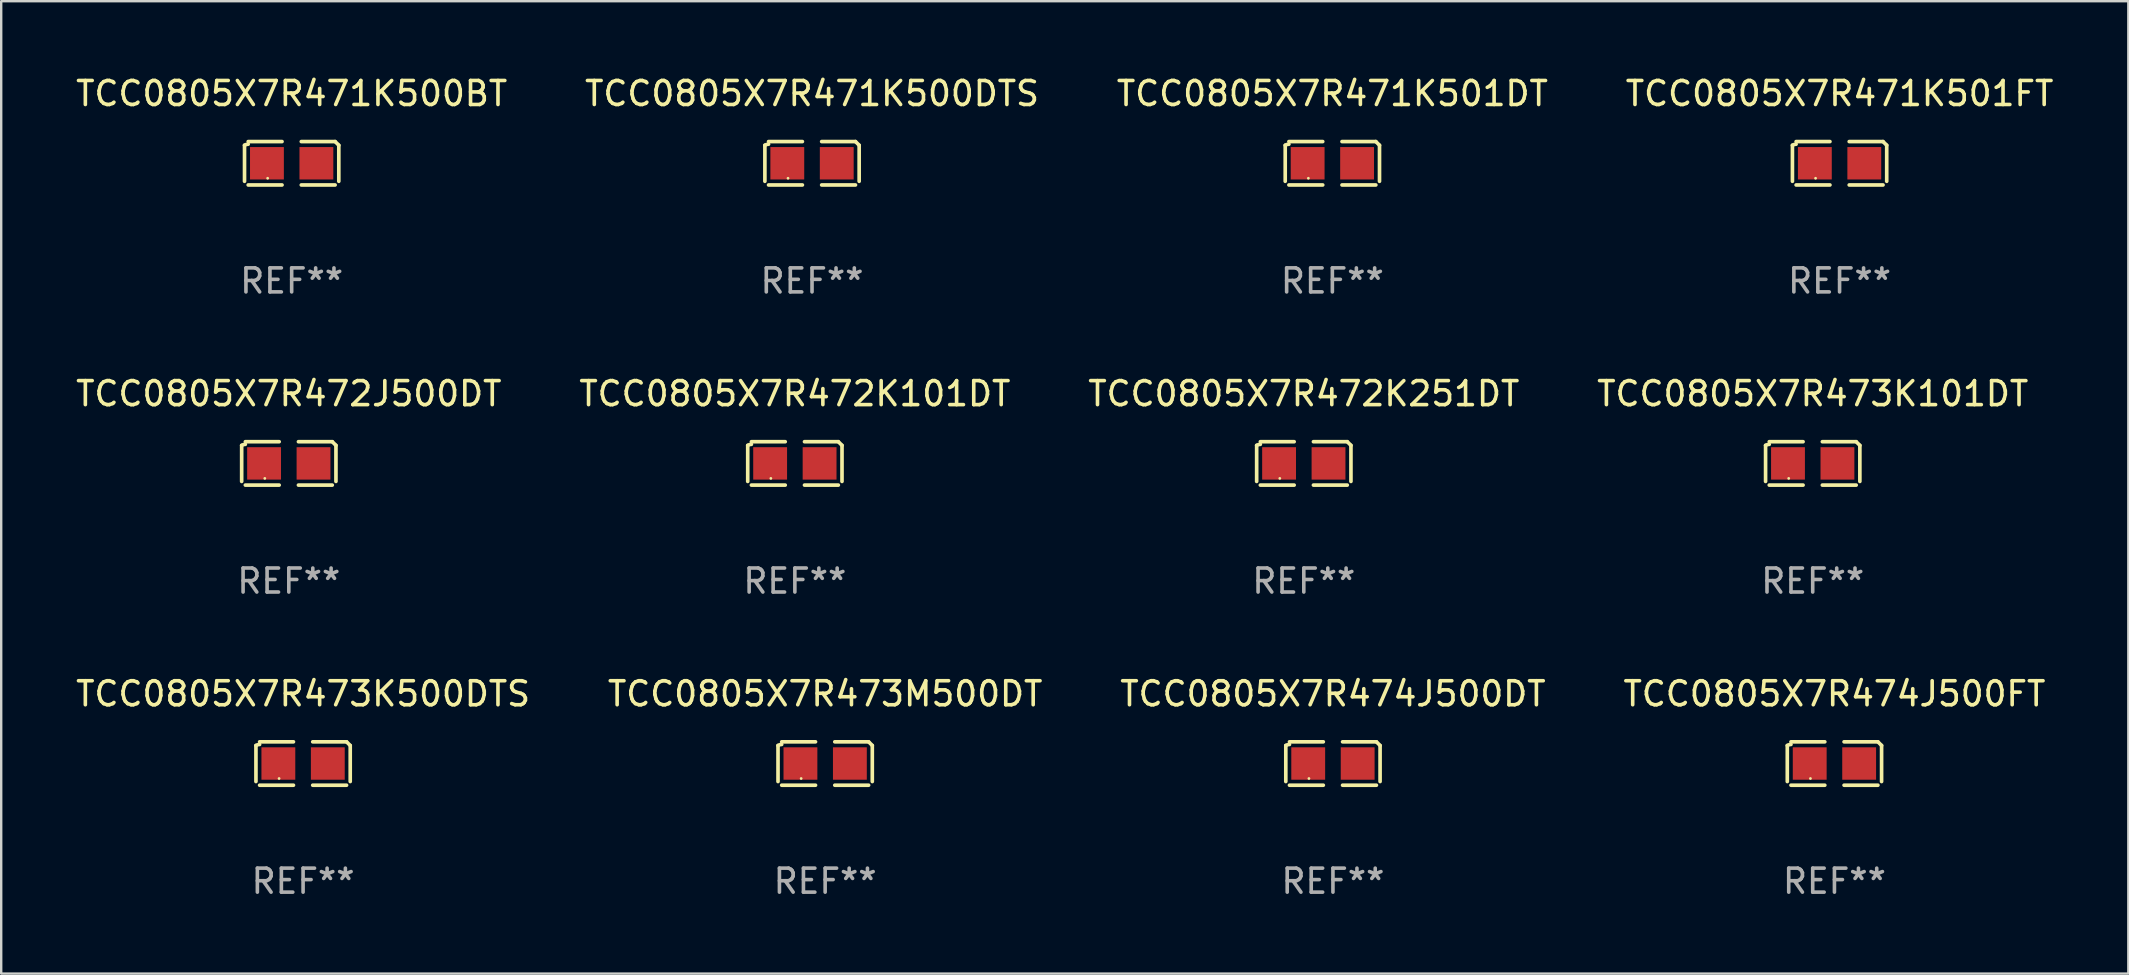
<source format=kicad_pcb>
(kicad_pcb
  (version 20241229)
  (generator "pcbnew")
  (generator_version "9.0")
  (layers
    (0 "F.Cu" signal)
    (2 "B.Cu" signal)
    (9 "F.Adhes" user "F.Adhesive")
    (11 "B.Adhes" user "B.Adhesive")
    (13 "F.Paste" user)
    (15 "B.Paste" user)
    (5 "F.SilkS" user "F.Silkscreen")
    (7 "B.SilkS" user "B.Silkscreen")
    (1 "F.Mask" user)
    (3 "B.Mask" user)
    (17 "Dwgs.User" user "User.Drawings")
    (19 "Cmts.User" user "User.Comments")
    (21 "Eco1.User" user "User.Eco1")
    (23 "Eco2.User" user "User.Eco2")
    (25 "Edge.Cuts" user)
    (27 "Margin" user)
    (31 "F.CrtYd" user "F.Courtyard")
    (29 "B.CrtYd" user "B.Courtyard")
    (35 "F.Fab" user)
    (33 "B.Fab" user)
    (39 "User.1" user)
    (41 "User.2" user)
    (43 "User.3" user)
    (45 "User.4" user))
  (footprint "TCC0805X7R473M500DT"
    (layer "F.Cu")
    (at 31.327 28.759)
    (property "Reference" "TCC0805X7R473M500DT" (at 0 -2.904 0) (layer "F.SilkS") (effects (font (size 1 1) (thickness 0.15))))
    (attr through_hole)
    (fp_line (start -1.964 0.751) (end -1.964 -0.751) (stroke (width 0.152) (type solid)) (layer "F.SilkS"))
    (fp_line (start -1.811 -0.904) (end -0.401 -0.904) (stroke (width 0.152) (type solid)) (layer "F.SilkS"))
    (fp_line (start -0.401 0.904) (end -1.811 0.904) (stroke (width 0.152) (type solid)) (layer "F.SilkS"))
    (fp_line (start 0.401 0.904) (end 1.811 0.904) (stroke (width 0.152) (type solid)) (layer "F.SilkS"))
    (fp_line (start 1.811 -0.904) (end 0.401 -0.904) (stroke (width 0.152) (type solid)) (layer "F.SilkS"))
    (fp_line (start 1.964 0.751) (end 1.964 -0.751) (stroke (width 0.152) (type solid)) (layer "F.SilkS"))
    (fp_arc (start -1.963602 -0.751207) (mid -1.890354 -0.783131) (end -1.811201 -0.794044) (stroke (width 0.1524) (type solid)) (layer "F.SilkS"))
    (fp_arc (start 1.811202 -0.903607) (mid 1.887413 -0.827418) (end 1.963602 -0.751207) (stroke (width 0.1524) (type solid)) (layer "F.SilkS"))
    (fp_circle (center -1 0.625) (end -0.97 0.625) (stroke (width 0.06) (type solid)) (fill no) (layer "F.SilkS"))
    (fp_text user "REF**" (at 0 4.904 0) (layer "F.Fab") (effects (font (size 1 1) (thickness 0.15))))
    (pad "1" smd rect (at -1.03 0) (size 1.41 1.35) (layers "F.Cu" "F.Mask" "F.Paste"))
    (pad "2" smd rect (at 1.03 0) (size 1.41 1.35) (layers "F.Cu" "F.Mask" "F.Paste")))
  (footprint "TCC0805X7R472J500DT"
    (layer "F.Cu")
    (at 8.982 16.256)
    (property "Reference" "TCC0805X7R472J500DT" (at 0 -2.904 0) (layer "F.SilkS") (effects (font (size 1 1) (thickness 0.15))))
    (attr through_hole)
    (fp_line (start -1.964 0.751) (end -1.964 -0.751) (stroke (width 0.152) (type solid)) (layer "F.SilkS"))
    (fp_line (start -1.811 -0.904) (end -0.401 -0.904) (stroke (width 0.152) (type solid)) (layer "F.SilkS"))
    (fp_line (start -0.401 0.904) (end -1.811 0.904) (stroke (width 0.152) (type solid)) (layer "F.SilkS"))
    (fp_line (start 0.401 0.904) (end 1.811 0.904) (stroke (width 0.152) (type solid)) (layer "F.SilkS"))
    (fp_line (start 1.811 -0.904) (end 0.401 -0.904) (stroke (width 0.152) (type solid)) (layer "F.SilkS"))
    (fp_line (start 1.964 0.751) (end 1.964 -0.751) (stroke (width 0.152) (type solid)) (layer "F.SilkS"))
    (fp_arc (start -1.963602 -0.751207) (mid -1.890354 -0.783131) (end -1.811201 -0.794044) (stroke (width 0.1524) (type solid)) (layer "F.SilkS"))
    (fp_arc (start 1.811202 -0.903607) (mid 1.887413 -0.827418) (end 1.963602 -0.751207) (stroke (width 0.1524) (type solid)) (layer "F.SilkS"))
    (fp_circle (center -1 0.625) (end -0.97 0.625) (stroke (width 0.06) (type solid)) (fill no) (layer "F.SilkS"))
    (fp_text user "REF**" (at 0 4.904 0) (layer "F.Fab") (effects (font (size 1 1) (thickness 0.15))))
    (pad "1" smd rect (at -1.03 0) (size 1.41 1.35) (layers "F.Cu" "F.Mask" "F.Paste"))
    (pad "2" smd rect (at 1.03 0) (size 1.41 1.35) (layers "F.Cu" "F.Mask" "F.Paste")))
  (footprint "TCC0805X7R471K501DT"
    (layer "F.Cu")
    (at 52.458 3.752)
    (property "Reference" "TCC0805X7R471K501DT" (at 0 -2.904 0) (layer "F.SilkS") (effects (font (size 1 1) (thickness 0.15))))
    (attr through_hole)
    (fp_line (start -1.964 0.751) (end -1.964 -0.751) (stroke (width 0.152) (type solid)) (layer "F.SilkS"))
    (fp_line (start -1.811 -0.904) (end -0.401 -0.904) (stroke (width 0.152) (type solid)) (layer "F.SilkS"))
    (fp_line (start -0.401 0.904) (end -1.811 0.904) (stroke (width 0.152) (type solid)) (layer "F.SilkS"))
    (fp_line (start 0.401 0.904) (end 1.811 0.904) (stroke (width 0.152) (type solid)) (layer "F.SilkS"))
    (fp_line (start 1.811 -0.904) (end 0.401 -0.904) (stroke (width 0.152) (type solid)) (layer "F.SilkS"))
    (fp_line (start 1.964 0.751) (end 1.964 -0.751) (stroke (width 0.152) (type solid)) (layer "F.SilkS"))
    (fp_arc (start -1.963602 -0.751207) (mid -1.890354 -0.783131) (end -1.811201 -0.794044) (stroke (width 0.1524) (type solid)) (layer "F.SilkS"))
    (fp_arc (start 1.811202 -0.903607) (mid 1.887413 -0.827418) (end 1.963602 -0.751207) (stroke (width 0.1524) (type solid)) (layer "F.SilkS"))
    (fp_circle (center -1 0.625) (end -0.97 0.625) (stroke (width 0.06) (type solid)) (fill no) (layer "F.SilkS"))
    (fp_text user "REF**" (at 0 4.904 0) (layer "F.Fab") (effects (font (size 1 1) (thickness 0.15))))
    (pad "1" smd rect (at -1.03 0) (size 1.41 1.35) (layers "F.Cu" "F.Mask" "F.Paste"))
    (pad "2" smd rect (at 1.03 0) (size 1.41 1.35) (layers "F.Cu" "F.Mask" "F.Paste")))
  (footprint "TCC0805X7R471K501FT"
    (layer "F.Cu")
    (at 73.589 3.752)
    (property "Reference" "TCC0805X7R471K501FT" (at 0 -2.904 0) (layer "F.SilkS") (effects (font (size 1 1) (thickness 0.15))))
    (attr through_hole)
    (fp_line (start -1.964 0.751) (end -1.964 -0.751) (stroke (width 0.152) (type solid)) (layer "F.SilkS"))
    (fp_line (start -1.811 -0.904) (end -0.401 -0.904) (stroke (width 0.152) (type solid)) (layer "F.SilkS"))
    (fp_line (start -0.401 0.904) (end -1.811 0.904) (stroke (width 0.152) (type solid)) (layer "F.SilkS"))
    (fp_line (start 0.401 0.904) (end 1.811 0.904) (stroke (width 0.152) (type solid)) (layer "F.SilkS"))
    (fp_line (start 1.811 -0.904) (end 0.401 -0.904) (stroke (width 0.152) (type solid)) (layer "F.SilkS"))
    (fp_line (start 1.964 0.751) (end 1.964 -0.751) (stroke (width 0.152) (type solid)) (layer "F.SilkS"))
    (fp_arc (start -1.963602 -0.751207) (mid -1.890354 -0.783131) (end -1.811201 -0.794044) (stroke (width 0.1524) (type solid)) (layer "F.SilkS"))
    (fp_arc (start 1.811202 -0.903607) (mid 1.887413 -0.827418) (end 1.963602 -0.751207) (stroke (width 0.1524) (type solid)) (layer "F.SilkS"))
    (fp_circle (center -1 0.625) (end -0.97 0.625) (stroke (width 0.06) (type solid)) (fill no) (layer "F.SilkS"))
    (fp_text user "REF**" (at 0 4.904 0) (layer "F.Fab") (effects (font (size 1 1) (thickness 0.15))))
    (pad "1" smd rect (at -1.03 0) (size 1.41 1.35) (layers "F.Cu" "F.Mask" "F.Paste"))
    (pad "2" smd rect (at 1.03 0) (size 1.41 1.35) (layers "F.Cu" "F.Mask" "F.Paste")))
  (footprint "TCC0805X7R473K500DTS"
    (layer "F.Cu")
    (at 9.577 28.759)
    (property "Reference" "TCC0805X7R473K500DTS" (at 0 -2.904 0) (layer "F.SilkS") (effects (font (size 1 1) (thickness 0.15))))
    (attr through_hole)
    (fp_line (start -1.964 0.751) (end -1.964 -0.751) (stroke (width 0.152) (type solid)) (layer "F.SilkS"))
    (fp_line (start -1.811 -0.904) (end -0.401 -0.904) (stroke (width 0.152) (type solid)) (layer "F.SilkS"))
    (fp_line (start -0.401 0.904) (end -1.811 0.904) (stroke (width 0.152) (type solid)) (layer "F.SilkS"))
    (fp_line (start 0.401 0.904) (end 1.811 0.904) (stroke (width 0.152) (type solid)) (layer "F.SilkS"))
    (fp_line (start 1.811 -0.904) (end 0.401 -0.904) (stroke (width 0.152) (type solid)) (layer "F.SilkS"))
    (fp_line (start 1.964 0.751) (end 1.964 -0.751) (stroke (width 0.152) (type solid)) (layer "F.SilkS"))
    (fp_arc (start -1.963602 -0.751207) (mid -1.890354 -0.783131) (end -1.811201 -0.794044) (stroke (width 0.1524) (type solid)) (layer "F.SilkS"))
    (fp_arc (start 1.811202 -0.903607) (mid 1.887413 -0.827418) (end 1.963602 -0.751207) (stroke (width 0.1524) (type solid)) (layer "F.SilkS"))
    (fp_circle (center -1 0.625) (end -0.97 0.625) (stroke (width 0.06) (type solid)) (fill no) (layer "F.SilkS"))
    (fp_text user "REF**" (at 0 4.904 0) (layer "F.Fab") (effects (font (size 1 1) (thickness 0.15))))
    (pad "1" smd rect (at -1.03 0) (size 1.41 1.35) (layers "F.Cu" "F.Mask" "F.Paste"))
    (pad "2" smd rect (at 1.03 0) (size 1.41 1.35) (layers "F.Cu" "F.Mask" "F.Paste")))
  (footprint "TCC0805X7R472K101DT"
    (layer "F.Cu")
    (at 30.065 16.256)
    (property "Reference" "TCC0805X7R472K101DT" (at 0 -2.904 0) (layer "F.SilkS") (effects (font (size 1 1) (thickness 0.15))))
    (attr through_hole)
    (fp_line (start -1.964 0.751) (end -1.964 -0.751) (stroke (width 0.152) (type solid)) (layer "F.SilkS"))
    (fp_line (start -1.811 -0.904) (end -0.401 -0.904) (stroke (width 0.152) (type solid)) (layer "F.SilkS"))
    (fp_line (start -0.401 0.904) (end -1.811 0.904) (stroke (width 0.152) (type solid)) (layer "F.SilkS"))
    (fp_line (start 0.401 0.904) (end 1.811 0.904) (stroke (width 0.152) (type solid)) (layer "F.SilkS"))
    (fp_line (start 1.811 -0.904) (end 0.401 -0.904) (stroke (width 0.152) (type solid)) (layer "F.SilkS"))
    (fp_line (start 1.964 0.751) (end 1.964 -0.751) (stroke (width 0.152) (type solid)) (layer "F.SilkS"))
    (fp_arc (start -1.963602 -0.751207) (mid -1.890354 -0.783131) (end -1.811201 -0.794044) (stroke (width 0.1524) (type solid)) (layer "F.SilkS"))
    (fp_arc (start 1.811202 -0.903607) (mid 1.887413 -0.827418) (end 1.963602 -0.751207) (stroke (width 0.1524) (type solid)) (layer "F.SilkS"))
    (fp_circle (center -1 0.625) (end -0.97 0.625) (stroke (width 0.06) (type solid)) (fill no) (layer "F.SilkS"))
    (fp_text user "REF**" (at 0 4.904 0) (layer "F.Fab") (effects (font (size 1 1) (thickness 0.15))))
    (pad "1" smd rect (at -1.03 0) (size 1.41 1.35) (layers "F.Cu" "F.Mask" "F.Paste"))
    (pad "2" smd rect (at 1.03 0) (size 1.41 1.35) (layers "F.Cu" "F.Mask" "F.Paste")))
  (footprint "TCC0805X7R474J500DT"
    (layer "F.Cu")
    (at 52.482 28.759)
    (property "Reference" "TCC0805X7R474J500DT" (at 0 -2.904 0) (layer "F.SilkS") (effects (font (size 1 1) (thickness 0.15))))
    (attr through_hole)
    (fp_line (start -1.964 0.751) (end -1.964 -0.751) (stroke (width 0.152) (type solid)) (layer "F.SilkS"))
    (fp_line (start -1.811 -0.904) (end -0.401 -0.904) (stroke (width 0.152) (type solid)) (layer "F.SilkS"))
    (fp_line (start -0.401 0.904) (end -1.811 0.904) (stroke (width 0.152) (type solid)) (layer "F.SilkS"))
    (fp_line (start 0.401 0.904) (end 1.811 0.904) (stroke (width 0.152) (type solid)) (layer "F.SilkS"))
    (fp_line (start 1.811 -0.904) (end 0.401 -0.904) (stroke (width 0.152) (type solid)) (layer "F.SilkS"))
    (fp_line (start 1.964 0.751) (end 1.964 -0.751) (stroke (width 0.152) (type solid)) (layer "F.SilkS"))
    (fp_arc (start -1.963602 -0.751207) (mid -1.890354 -0.783131) (end -1.811201 -0.794044) (stroke (width 0.1524) (type solid)) (layer "F.SilkS"))
    (fp_arc (start 1.811202 -0.903607) (mid 1.887413 -0.827418) (end 1.963602 -0.751207) (stroke (width 0.1524) (type solid)) (layer "F.SilkS"))
    (fp_circle (center -1 0.625) (end -0.97 0.625) (stroke (width 0.06) (type solid)) (fill no) (layer "F.SilkS"))
    (fp_text user "REF**" (at 0 4.904 0) (layer "F.Fab") (effects (font (size 1 1) (thickness 0.15))))
    (pad "1" smd rect (at -1.03 0) (size 1.41 1.35) (layers "F.Cu" "F.Mask" "F.Paste"))
    (pad "2" smd rect (at 1.03 0) (size 1.41 1.35) (layers "F.Cu" "F.Mask" "F.Paste")))
  (footprint "TCC0805X7R472K251DT"
    (layer "F.Cu")
    (at 51.268 16.256)
    (property "Reference" "TCC0805X7R472K251DT" (at 0 -2.904 0) (layer "F.SilkS") (effects (font (size 1 1) (thickness 0.15))))
    (attr through_hole)
    (fp_line (start -1.964 0.751) (end -1.964 -0.751) (stroke (width 0.152) (type solid)) (layer "F.SilkS"))
    (fp_line (start -1.811 -0.904) (end -0.401 -0.904) (stroke (width 0.152) (type solid)) (layer "F.SilkS"))
    (fp_line (start -0.401 0.904) (end -1.811 0.904) (stroke (width 0.152) (type solid)) (layer "F.SilkS"))
    (fp_line (start 0.401 0.904) (end 1.811 0.904) (stroke (width 0.152) (type solid)) (layer "F.SilkS"))
    (fp_line (start 1.811 -0.904) (end 0.401 -0.904) (stroke (width 0.152) (type solid)) (layer "F.SilkS"))
    (fp_line (start 1.964 0.751) (end 1.964 -0.751) (stroke (width 0.152) (type solid)) (layer "F.SilkS"))
    (fp_arc (start -1.963602 -0.751207) (mid -1.890354 -0.783131) (end -1.811201 -0.794044) (stroke (width 0.1524) (type solid)) (layer "F.SilkS"))
    (fp_arc (start 1.811202 -0.903607) (mid 1.887413 -0.827418) (end 1.963602 -0.751207) (stroke (width 0.1524) (type solid)) (layer "F.SilkS"))
    (fp_circle (center -1 0.625) (end -0.97 0.625) (stroke (width 0.06) (type solid)) (fill no) (layer "F.SilkS"))
    (fp_text user "REF**" (at 0 4.904 0) (layer "F.Fab") (effects (font (size 1 1) (thickness 0.15))))
    (pad "1" smd rect (at -1.03 0) (size 1.41 1.35) (layers "F.Cu" "F.Mask" "F.Paste"))
    (pad "2" smd rect (at 1.03 0) (size 1.41 1.35) (layers "F.Cu" "F.Mask" "F.Paste")))
  (footprint "TCC0805X7R471K500BT"
    (layer "F.Cu")
    (at 9.101 3.752)
    (property "Reference" "TCC0805X7R471K500BT" (at 0 -2.904 0) (layer "F.SilkS") (effects (font (size 1 1) (thickness 0.15))))
    (attr through_hole)
    (fp_line (start -1.964 0.751) (end -1.964 -0.751) (stroke (width 0.152) (type solid)) (layer "F.SilkS"))
    (fp_line (start -1.811 -0.904) (end -0.401 -0.904) (stroke (width 0.152) (type solid)) (layer "F.SilkS"))
    (fp_line (start -0.401 0.904) (end -1.811 0.904) (stroke (width 0.152) (type solid)) (layer "F.SilkS"))
    (fp_line (start 0.401 0.904) (end 1.811 0.904) (stroke (width 0.152) (type solid)) (layer "F.SilkS"))
    (fp_line (start 1.811 -0.904) (end 0.401 -0.904) (stroke (width 0.152) (type solid)) (layer "F.SilkS"))
    (fp_line (start 1.964 0.751) (end 1.964 -0.751) (stroke (width 0.152) (type solid)) (layer "F.SilkS"))
    (fp_arc (start -1.963602 -0.751207) (mid -1.890354 -0.783131) (end -1.811201 -0.794044) (stroke (width 0.1524) (type solid)) (layer "F.SilkS"))
    (fp_arc (start 1.811202 -0.903607) (mid 1.887413 -0.827418) (end 1.963602 -0.751207) (stroke (width 0.1524) (type solid)) (layer "F.SilkS"))
    (fp_circle (center -1 0.625) (end -0.97 0.625) (stroke (width 0.06) (type solid)) (fill no) (layer "F.SilkS"))
    (fp_text user "REF**" (at 0 4.904 0) (layer "F.Fab") (effects (font (size 1 1) (thickness 0.15))))
    (pad "1" smd rect (at -1.03 0) (size 1.41 1.35) (layers "F.Cu" "F.Mask" "F.Paste"))
    (pad "2" smd rect (at 1.03 0) (size 1.41 1.35) (layers "F.Cu" "F.Mask" "F.Paste")))
  (footprint "TCC0805X7R471K500DTS"
    (layer "F.Cu")
    (at 30.78 3.752)
    (property "Reference" "TCC0805X7R471K500DTS" (at 0 -2.904 0) (layer "F.SilkS") (effects (font (size 1 1) (thickness 0.15))))
    (attr through_hole)
    (fp_line (start -1.964 0.751) (end -1.964 -0.751) (stroke (width 0.152) (type solid)) (layer "F.SilkS"))
    (fp_line (start -1.811 -0.904) (end -0.401 -0.904) (stroke (width 0.152) (type solid)) (layer "F.SilkS"))
    (fp_line (start -0.401 0.904) (end -1.811 0.904) (stroke (width 0.152) (type solid)) (layer "F.SilkS"))
    (fp_line (start 0.401 0.904) (end 1.811 0.904) (stroke (width 0.152) (type solid)) (layer "F.SilkS"))
    (fp_line (start 1.811 -0.904) (end 0.401 -0.904) (stroke (width 0.152) (type solid)) (layer "F.SilkS"))
    (fp_line (start 1.964 0.751) (end 1.964 -0.751) (stroke (width 0.152) (type solid)) (layer "F.SilkS"))
    (fp_arc (start -1.963602 -0.751207) (mid -1.890354 -0.783131) (end -1.811201 -0.794044) (stroke (width 0.1524) (type solid)) (layer "F.SilkS"))
    (fp_arc (start 1.811202 -0.903607) (mid 1.887413 -0.827418) (end 1.963602 -0.751207) (stroke (width 0.1524) (type solid)) (layer "F.SilkS"))
    (fp_circle (center -1 0.625) (end -0.97 0.625) (stroke (width 0.06) (type solid)) (fill no) (layer "F.SilkS"))
    (fp_text user "REF**" (at 0 4.904 0) (layer "F.Fab") (effects (font (size 1 1) (thickness 0.15))))
    (pad "1" smd rect (at -1.03 0) (size 1.41 1.35) (layers "F.Cu" "F.Mask" "F.Paste"))
    (pad "2" smd rect (at 1.03 0) (size 1.41 1.35) (layers "F.Cu" "F.Mask" "F.Paste")))
  (footprint "TCC0805X7R473K101DT"
    (layer "F.Cu")
    (at 72.47 16.256)
    (property "Reference" "TCC0805X7R473K101DT" (at 0 -2.904 0) (layer "F.SilkS") (effects (font (size 1 1) (thickness 0.15))))
    (attr through_hole)
    (fp_line (start -1.964 0.751) (end -1.964 -0.751) (stroke (width 0.152) (type solid)) (layer "F.SilkS"))
    (fp_line (start -1.811 -0.904) (end -0.401 -0.904) (stroke (width 0.152) (type solid)) (layer "F.SilkS"))
    (fp_line (start -0.401 0.904) (end -1.811 0.904) (stroke (width 0.152) (type solid)) (layer "F.SilkS"))
    (fp_line (start 0.401 0.904) (end 1.811 0.904) (stroke (width 0.152) (type solid)) (layer "F.SilkS"))
    (fp_line (start 1.811 -0.904) (end 0.401 -0.904) (stroke (width 0.152) (type solid)) (layer "F.SilkS"))
    (fp_line (start 1.964 0.751) (end 1.964 -0.751) (stroke (width 0.152) (type solid)) (layer "F.SilkS"))
    (fp_arc (start -1.963602 -0.751207) (mid -1.890354 -0.783131) (end -1.811201 -0.794044) (stroke (width 0.1524) (type solid)) (layer "F.SilkS"))
    (fp_arc (start 1.811202 -0.903607) (mid 1.887413 -0.827418) (end 1.963602 -0.751207) (stroke (width 0.1524) (type solid)) (layer "F.SilkS"))
    (fp_circle (center -1 0.625) (end -0.97 0.625) (stroke (width 0.06) (type solid)) (fill no) (layer "F.SilkS"))
    (fp_text user "REF**" (at 0 4.904 0) (layer "F.Fab") (effects (font (size 1 1) (thickness 0.15))))
    (pad "1" smd rect (at -1.03 0) (size 1.41 1.35) (layers "F.Cu" "F.Mask" "F.Paste"))
    (pad "2" smd rect (at 1.03 0) (size 1.41 1.35) (layers "F.Cu" "F.Mask" "F.Paste")))
  (footprint "TCC0805X7R474J500FT"
    (layer "F.Cu")
    (at 73.375 28.759)
    (property "Reference" "TCC0805X7R474J500FT" (at 0 -2.904 0) (layer "F.SilkS") (effects (font (size 1 1) (thickness 0.15))))
    (attr through_hole)
    (fp_line (start -1.964 0.751) (end -1.964 -0.751) (stroke (width 0.152) (type solid)) (layer "F.SilkS"))
    (fp_line (start -1.811 -0.904) (end -0.401 -0.904) (stroke (width 0.152) (type solid)) (layer "F.SilkS"))
    (fp_line (start -0.401 0.904) (end -1.811 0.904) (stroke (width 0.152) (type solid)) (layer "F.SilkS"))
    (fp_line (start 0.401 0.904) (end 1.811 0.904) (stroke (width 0.152) (type solid)) (layer "F.SilkS"))
    (fp_line (start 1.811 -0.904) (end 0.401 -0.904) (stroke (width 0.152) (type solid)) (layer "F.SilkS"))
    (fp_line (start 1.964 0.751) (end 1.964 -0.751) (stroke (width 0.152) (type solid)) (layer "F.SilkS"))
    (fp_arc (start -1.963602 -0.751207) (mid -1.890354 -0.783131) (end -1.811201 -0.794044) (stroke (width 0.1524) (type solid)) (layer "F.SilkS"))
    (fp_arc (start 1.811202 -0.903607) (mid 1.887413 -0.827418) (end 1.963602 -0.751207) (stroke (width 0.1524) (type solid)) (layer "F.SilkS"))
    (fp_circle (center -1 0.625) (end -0.97 0.625) (stroke (width 0.06) (type solid)) (fill no) (layer "F.SilkS"))
    (fp_text user "REF**" (at 0 4.904 0) (layer "F.Fab") (effects (font (size 1 1) (thickness 0.15))))
    (pad "1" smd rect (at -1.03 0) (size 1.41 1.35) (layers "F.Cu" "F.Mask" "F.Paste"))
    (pad "2" smd rect (at 1.03 0) (size 1.41 1.35) (layers "F.Cu" "F.Mask" "F.Paste")))
  (gr_rect
    (start -3 -3)
    (end 85.619 37.511)
    (stroke (width 0.1) (type default))
    (fill no)
    (layer "Edge.Cuts")))
</source>
